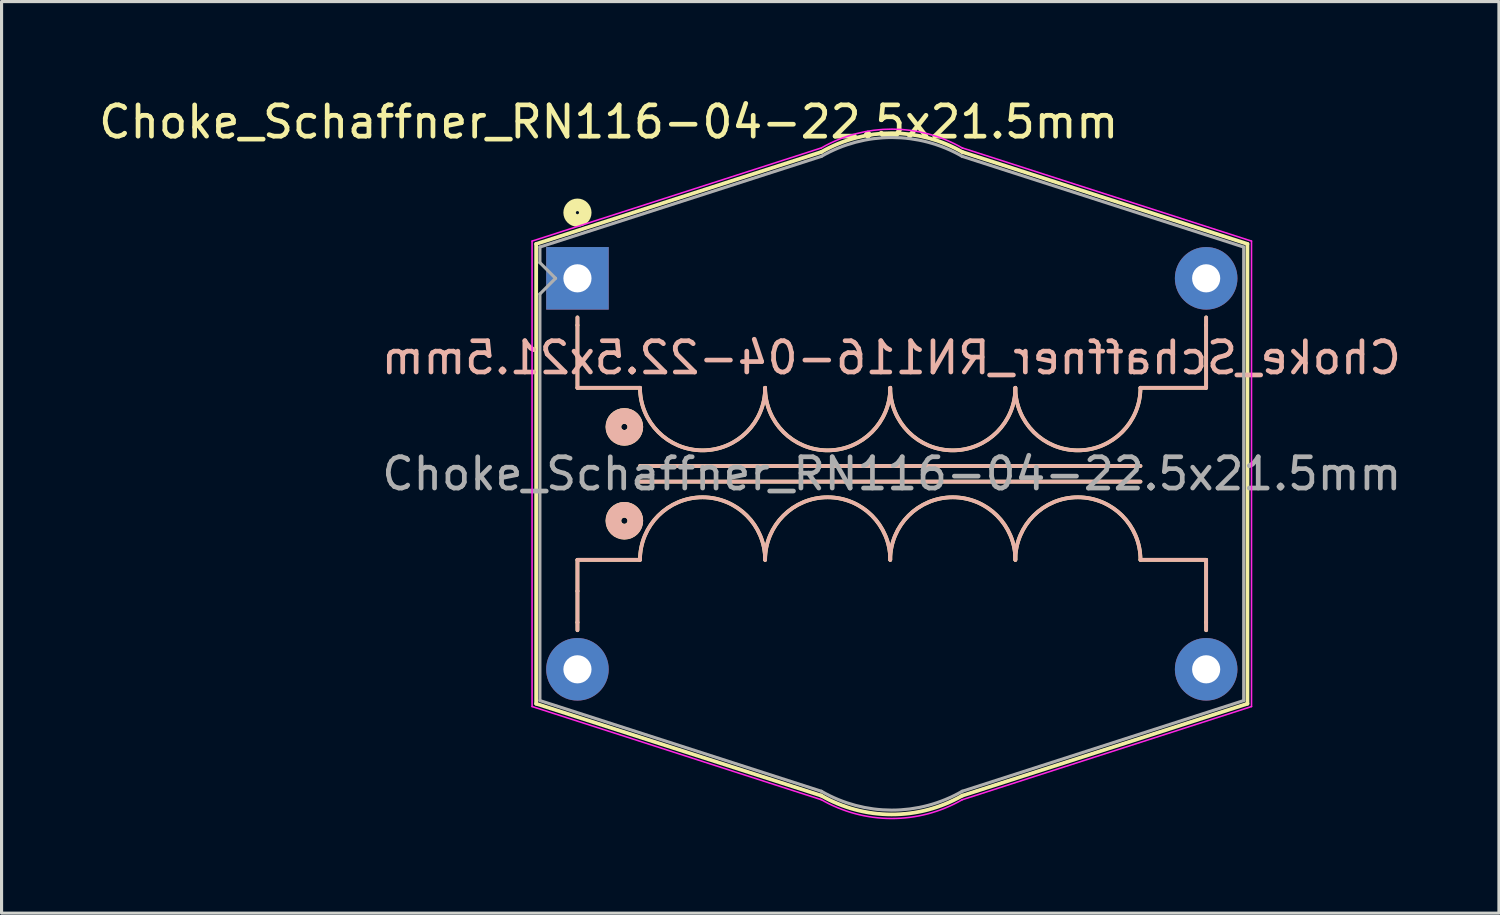
<source format=kicad_pcb>
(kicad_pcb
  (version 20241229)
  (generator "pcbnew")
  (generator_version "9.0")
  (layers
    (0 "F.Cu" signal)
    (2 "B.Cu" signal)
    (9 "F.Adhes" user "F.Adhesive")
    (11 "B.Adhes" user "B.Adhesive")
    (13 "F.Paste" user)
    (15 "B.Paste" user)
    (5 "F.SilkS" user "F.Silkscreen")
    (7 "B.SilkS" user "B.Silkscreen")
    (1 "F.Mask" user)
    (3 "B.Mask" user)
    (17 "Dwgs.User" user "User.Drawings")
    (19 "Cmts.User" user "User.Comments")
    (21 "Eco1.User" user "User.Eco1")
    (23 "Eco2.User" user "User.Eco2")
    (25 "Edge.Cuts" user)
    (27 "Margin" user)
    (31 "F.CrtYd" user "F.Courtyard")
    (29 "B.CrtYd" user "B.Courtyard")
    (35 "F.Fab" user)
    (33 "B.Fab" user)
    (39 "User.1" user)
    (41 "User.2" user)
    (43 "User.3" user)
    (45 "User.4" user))
  (footprint "Choke_Schaffner_RN116-04-22.5x21.5mm"
    (layer "F.Cu")
    (at 15.411 5.848)
    (property "Reference" "Choke_Schaffner_RN116-04-22.5x21.5mm" (at 1 -5 0) (layer "F.SilkS") (effects (font (size 1 1) (thickness 0.15))))
    (fp_line (start -1.32 -1.1) (end 7.8 -4.04) (stroke (width 0.12) (type solid)) (layer "F.SilkS"))
    (fp_line (start -1.32 13.6) (end -1.32 -1.1) (stroke (width 0.12) (type solid)) (layer "F.SilkS"))
    (fp_line (start 0 1.5) (end 0 1.25) (stroke (width 0.12) (type solid)) (layer "F.SilkS"))
    (fp_line (start 0 2.5) (end 0 1.5) (stroke (width 0.12) (type solid)) (layer "F.SilkS"))
    (fp_line (start 0 3.5) (end 0 2.5) (stroke (width 0.12) (type solid)) (layer "F.SilkS"))
    (fp_line (start 0 9) (end 0 10) (stroke (width 0.12) (type solid)) (layer "F.SilkS"))
    (fp_line (start 0 10) (end 0 11) (stroke (width 0.12) (type solid)) (layer "F.SilkS"))
    (fp_line (start 0 11) (end 0 11.25) (stroke (width 0.12) (type solid)) (layer "F.SilkS"))
    (fp_line (start 2 3.5) (end 0 3.5) (stroke (width 0.12) (type solid)) (layer "F.SilkS"))
    (fp_line (start 2 6) (end 18 6) (stroke (width 0.12) (type solid)) (layer "F.SilkS"))
    (fp_line (start 2 9) (end 0 9) (stroke (width 0.12) (type solid)) (layer "F.SilkS"))
    (fp_line (start 7.8 16.54) (end -1.32 13.6) (stroke (width 0.12) (type solid)) (layer "F.SilkS"))
    (fp_line (start 12.3 -4.04) (end 21.42 -1.1) (stroke (width 0.12) (type solid)) (layer "F.SilkS"))
    (fp_line (start 18 3.5) (end 20.1 3.5) (stroke (width 0.12) (type solid)) (layer "F.SilkS"))
    (fp_line (start 18 6.5) (end 2 6.5) (stroke (width 0.12) (type solid)) (layer "F.SilkS"))
    (fp_line (start 20.1 1.5) (end 20.1 1.25) (stroke (width 0.12) (type solid)) (layer "F.SilkS"))
    (fp_line (start 20.1 3.5) (end 20.1 1.5) (stroke (width 0.12) (type solid)) (layer "F.SilkS"))
    (fp_line (start 20.1 9) (end 18 9) (stroke (width 0.12) (type solid)) (layer "F.SilkS"))
    (fp_line (start 20.1 9) (end 20.1 11) (stroke (width 0.12) (type solid)) (layer "F.SilkS"))
    (fp_line (start 20.1 11) (end 20.1 11.25) (stroke (width 0.12) (type solid)) (layer "F.SilkS"))
    (fp_line (start 21.42 -1.1) (end 21.42 13.6) (stroke (width 0.12) (type solid)) (layer "F.SilkS"))
    (fp_line (start 21.42 13.6) (end 12.3 16.54) (stroke (width 0.12) (type solid)) (layer "F.SilkS"))
    (fp_arc (start 2 9) (mid 4 7) (end 6 9) (stroke (width 0.12) (type solid)) (layer "F.SilkS"))
    (fp_arc (start 6 3.5) (mid 4 5.5) (end 2 3.5) (stroke (width 0.12) (type solid)) (layer "F.SilkS"))
    (fp_arc (start 6 9) (mid 8 7) (end 10 9) (stroke (width 0.12) (type solid)) (layer "F.SilkS"))
    (fp_arc (start 7.8 -4.04) (mid 10.061443 -4.63982) (end 12.31982 -4.028557) (stroke (width 0.12) (type solid)) (layer "F.SilkS"))
    (fp_arc (start 10 3.5) (mid 8 5.5) (end 6 3.5) (stroke (width 0.12) (type solid)) (layer "F.SilkS"))
    (fp_arc (start 10 9) (mid 12 7) (end 14 9) (stroke (width 0.12) (type solid)) (layer "F.SilkS"))
    (fp_arc (start 12.3 16.54) (mid 10.038557 17.13982) (end 7.78018 16.528557) (stroke (width 0.12) (type solid)) (layer "F.SilkS"))
    (fp_arc (start 14 3.5) (mid 12 5.5) (end 10 3.5) (stroke (width 0.12) (type solid)) (layer "F.SilkS"))
    (fp_arc (start 14 9) (mid 16 7) (end 18 9) (stroke (width 0.12) (type solid)) (layer "F.SilkS"))
    (fp_arc (start 18 3.5) (mid 16 5.5) (end 14 3.5) (stroke (width 0.12) (type solid)) (layer "F.SilkS"))
    (fp_circle (center 0 -2.1) (end 0.05 -2.1) (stroke (width 0.4) (type solid)) (fill no) (layer "F.SilkS"))
    (fp_circle (center 1.5 4.75) (end 1.6 4.75) (stroke (width 0.5) (type solid)) (fill no) (layer "F.SilkS"))
    (fp_circle (center 1.5 7.75) (end 1.6 7.75) (stroke (width 0.5) (type solid)) (fill no) (layer "F.SilkS"))
    (fp_line (start 0 1.5) (end 0 1.25) (stroke (width 0.12) (type solid)) (layer "B.SilkS"))
    (fp_line (start 0 2.5) (end 0 1.5) (stroke (width 0.12) (type solid)) (layer "B.SilkS"))
    (fp_line (start 0 3.5) (end 0 2.5) (stroke (width 0.12) (type solid)) (layer "B.SilkS"))
    (fp_line (start 0 9) (end 0 10) (stroke (width 0.12) (type solid)) (layer "B.SilkS"))
    (fp_line (start 0 10) (end 0 11) (stroke (width 0.12) (type solid)) (layer "B.SilkS"))
    (fp_line (start 0 11) (end 0 11.25) (stroke (width 0.12) (type solid)) (layer "B.SilkS"))
    (fp_line (start 2 3.5) (end 0 3.5) (stroke (width 0.12) (type solid)) (layer "B.SilkS"))
    (fp_line (start 2 6.5) (end 18 6.5) (stroke (width 0.12) (type solid)) (layer "B.SilkS"))
    (fp_line (start 2 9) (end 0 9) (stroke (width 0.12) (type solid)) (layer "B.SilkS"))
    (fp_line (start 18 6) (end 2 6) (stroke (width 0.12) (type solid)) (layer "B.SilkS"))
    (fp_line (start 18 9) (end 20.1 9) (stroke (width 0.12) (type solid)) (layer "B.SilkS"))
    (fp_line (start 20.1 1.5) (end 20.1 1.25) (stroke (width 0.12) (type solid)) (layer "B.SilkS"))
    (fp_line (start 20.1 3.5) (end 18 3.5) (stroke (width 0.12) (type solid)) (layer "B.SilkS"))
    (fp_line (start 20.1 3.5) (end 20.1 1.5) (stroke (width 0.12) (type solid)) (layer "B.SilkS"))
    (fp_line (start 20.1 9) (end 20.1 11) (stroke (width 0.12) (type solid)) (layer "B.SilkS"))
    (fp_line (start 20.1 11) (end 20.1 11.25) (stroke (width 0.12) (type solid)) (layer "B.SilkS"))
    (fp_arc (start 2 9) (mid 4 7) (end 6 9) (stroke (width 0.12) (type solid)) (layer "B.SilkS"))
    (fp_arc (start 6 3.5) (mid 4 5.5) (end 2 3.5) (stroke (width 0.12) (type solid)) (layer "B.SilkS"))
    (fp_arc (start 6 9) (mid 8 7) (end 10 9) (stroke (width 0.12) (type solid)) (layer "B.SilkS"))
    (fp_arc (start 10 3.5) (mid 8 5.5) (end 6 3.5) (stroke (width 0.12) (type solid)) (layer "B.SilkS"))
    (fp_arc (start 10 9) (mid 12 7) (end 14 9) (stroke (width 0.12) (type solid)) (layer "B.SilkS"))
    (fp_arc (start 14 3.5) (mid 12 5.5) (end 10 3.5) (stroke (width 0.12) (type solid)) (layer "B.SilkS"))
    (fp_arc (start 14 9) (mid 16 7) (end 18 9) (stroke (width 0.12) (type solid)) (layer "B.SilkS"))
    (fp_arc (start 18 3.5) (mid 16 5.5) (end 14 3.5) (stroke (width 0.12) (type solid)) (layer "B.SilkS"))
    (fp_circle (center 1.5 4.75) (end 1.6 4.75) (stroke (width 0.5) (type solid)) (fill no) (layer "B.SilkS"))
    (fp_circle (center 1.5 7.75) (end 1.6 7.75) (stroke (width 0.5) (type solid)) (fill no) (layer "B.SilkS"))
    (fp_line (start -1.45 -1.19) (end 7.8 -4.17) (stroke (width 0.05) (type solid)) (layer "F.CrtYd"))
    (fp_line (start -1.45 13.69) (end -1.45 -1.19) (stroke (width 0.05) (type solid)) (layer "F.CrtYd"))
    (fp_line (start 7.8 16.67) (end -1.45 13.69) (stroke (width 0.05) (type solid)) (layer "F.CrtYd"))
    (fp_line (start 12.3 -4.17) (end 21.55 -1.19) (stroke (width 0.05) (type solid)) (layer "F.CrtYd"))
    (fp_line (start 21.55 -1.19) (end 21.55 13.69) (stroke (width 0.05) (type solid)) (layer "F.CrtYd"))
    (fp_line (start 21.55 13.69) (end 12.3 16.67) (stroke (width 0.05) (type solid)) (layer "F.CrtYd"))
    (fp_arc (start 7.8 -4.17) (mid 10.061443 -4.76982) (end 12.31982 -4.158557) (stroke (width 0.05) (type solid)) (layer "F.CrtYd"))
    (fp_arc (start 12.3 16.67) (mid 10.038557 17.26982) (end 7.78018 16.658557) (stroke (width 0.05) (type solid)) (layer "F.CrtYd"))
    (fp_line (start -1.2 -1) (end 7.8 -3.9) (stroke (width 0.1) (type solid)) (layer "F.Fab"))
    (fp_line (start -1.2 -0.5) (end -1.2 -1) (stroke (width 0.1) (type solid)) (layer "F.Fab"))
    (fp_line (start -1.2 0.5) (end -0.7 0) (stroke (width 0.1) (type solid)) (layer "F.Fab"))
    (fp_line (start -1.2 13.5) (end -1.2 0.5) (stroke (width 0.1) (type solid)) (layer "F.Fab"))
    (fp_line (start -0.7 0) (end -1.2 -0.5) (stroke (width 0.1) (type solid)) (layer "F.Fab"))
    (fp_line (start 7.8 16.4) (end -1.2 13.5) (stroke (width 0.1) (type solid)) (layer "F.Fab"))
    (fp_line (start 12.3 -3.9) (end 21.3 -1) (stroke (width 0.1) (type solid)) (layer "F.Fab"))
    (fp_line (start 21.3 -1) (end 21.3 13.5) (stroke (width 0.1) (type solid)) (layer "F.Fab"))
    (fp_line (start 21.3 13.5) (end 12.3 16.4) (stroke (width 0.1) (type solid)) (layer "F.Fab"))
    (fp_arc (start 7.8 -3.9) (mid 10.051443 -4.502499) (end 12.302499 -3.898557) (stroke (width 0.1) (type solid)) (layer "F.Fab"))
    (fp_arc (start 12.3 16.4) (mid 10.048557 17.002499) (end 7.797501 16.398557) (stroke (width 0.1) (type solid)) (layer "F.Fab"))
    (fp_text user "${REFERENCE}" (at 10.033 2.54 0) (layer "B.SilkS") (effects (font (size 1 1) (thickness 0.15)) (justify mirror)))
    (fp_text user "${REFERENCE}" (at 10.05 6.25 0) (layer "F.Fab") (effects (font (size 1 1) (thickness 0.15))))
    (pad "1" thru_hole rect (at 0 0) (size 2 2) (drill 0.9) (layers "*.Cu" "*.Mask"))
    (pad "2" thru_hole circle (at 20.1 0) (size 2 2) (drill 0.9) (layers "*.Cu" "*.Mask"))
    (pad "3" thru_hole circle (at 0 12.5) (size 2 2) (drill 0.9) (layers "*.Cu" "*.Mask"))
    (pad "4" thru_hole circle (at 20.1 12.5) (size 2 2) (drill 0.9) (layers "*.Cu" "*.Mask")))
  (gr_rect
    (start -3 -3)
    (end 44.871 26.143)
    (stroke (width 0.1) (type default))
    (fill no)
    (layer "Edge.Cuts")))
</source>
